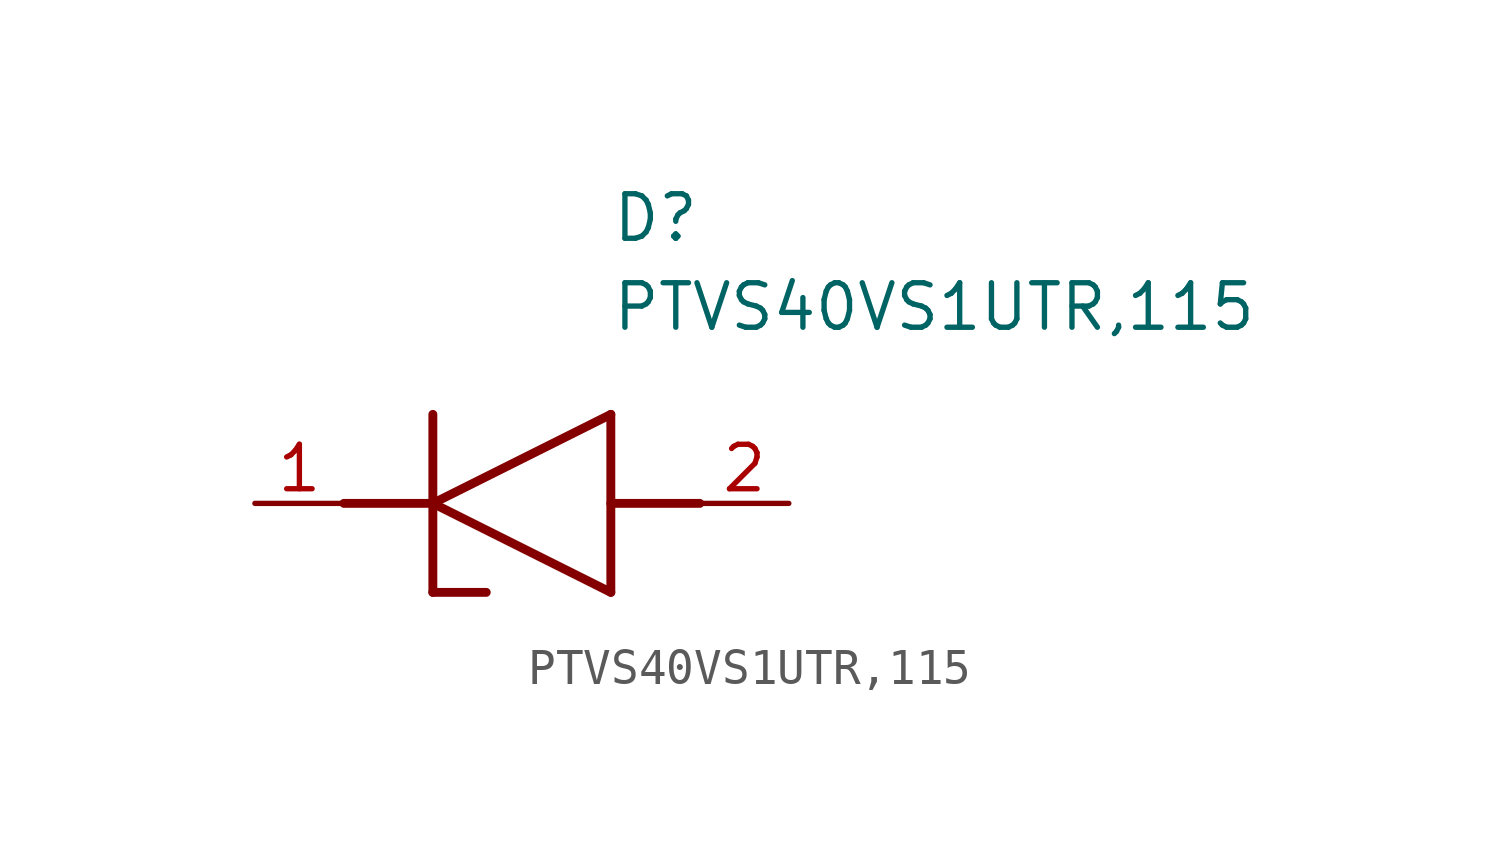
<source format=kicad_sym>
(kicad_symbol_lib
  (version 20211014)
  (generator SamacSys_ECAD_Model)
  (symbol "PTVS40VS1UTR,115"
    (pin_names hide)
    (property "Reference" "D"
      (at 10.16 8.89 0)
      (effects (font (size 1.27 1.27)) (justify left top)))
    (property "Value" "PTVS40VS1UTR,115"
      (at 10.16 6.35 0)
      (effects (font (size 1.27 1.27)) (justify left top)))
    (polyline
      (pts (xy 5.08 0) (xy 10.16 2.54))
      (stroke (width 0.254) (type default))
      (fill (type none)))
    (polyline
      (pts (xy 10.16 -2.54) (xy 10.16 2.54))
      (stroke (width 0.254) (type default))
      (fill (type none)))
    (polyline
      (pts (xy 10.16 -2.54) (xy 5.08 0))
      (stroke (width 0.254) (type default))
      (fill (type none)))
    (polyline
      (pts (xy 5.08 2.54) (xy 5.08 -2.54))
      (stroke (width 0.254) (type default))
      (fill (type none)))
    (polyline
      (pts (xy 2.54 0) (xy 5.08 0))
      (stroke (width 0.254) (type default))
      (fill (type none)))
    (polyline
      (pts (xy 12.7 0) (xy 10.16 0))
      (stroke (width 0.254) (type default))
      (fill (type none)))
    (polyline
      (pts (xy 5.08 -2.54) (xy 6.604 -2.54))
      (stroke (width 0.254) (type default))
      (fill (type none)))
    (pin passive line
      (at 0 0 0)
      (length 2.54)
      (name "K" (effects (font (size 1.27 1.27))))
      (number "1" (effects (font (size 1.27 1.27)))))
    (pin passive line
      (at 15.24 0 180)
      (length 2.54)
      (name "A" (effects (font (size 1.27 1.27))))
      (number "2" (effects (font (size 1.27 1.27)))))))
</source>
